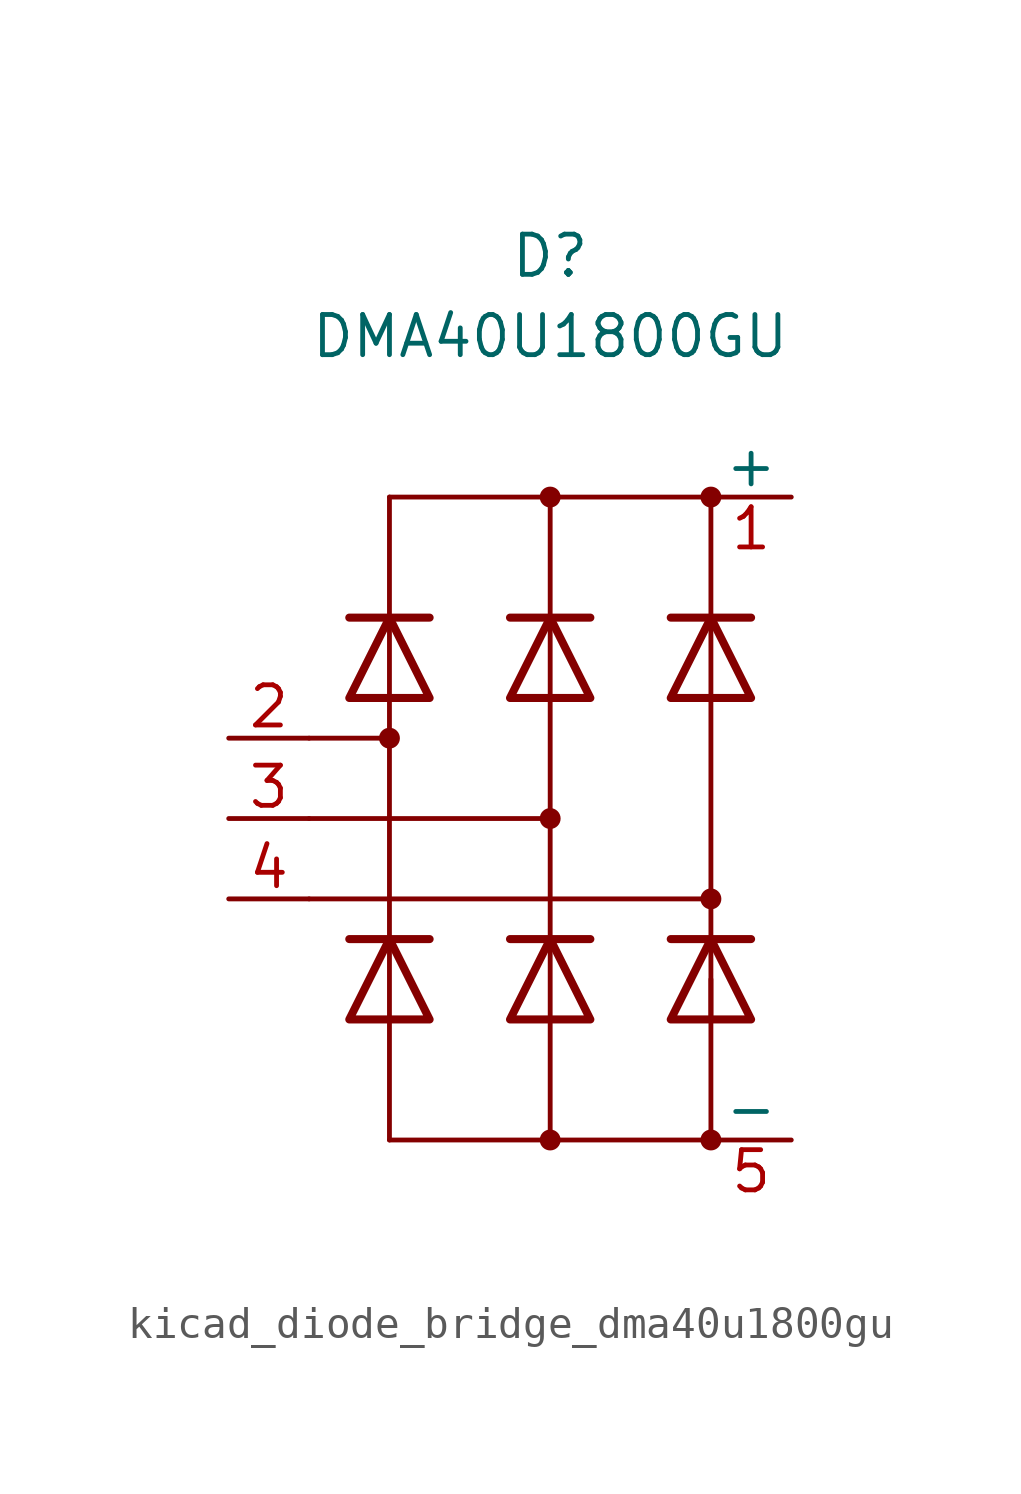
<source format=kicad_sym>
(kicad_symbol_lib
  (version 20220914)
  (generator kicad_symbol_editor)
  (symbol "kicad_diode_bridge_dma40u1800gu"
    (pin_names
      (offset 0))
    (property "Reference" "D"
      (at 0 17.78 0)
      (effects (font (size 1.27 1.27))))
    (property "Value" "DMA40U1800GU"
      (at 0 15.24 0)
      (effects (font (size 1.27 1.27))))
    (symbol "kicad_diode_bridge_dma40u1800gu_0_1"
      (circle (center -5.08 2.54) (radius 0.254) (stroke (width 0) (type default)) (fill (type outline)))
      (circle (center 0 -10.16) (radius 0.254) (stroke (width 0) (type default)) (fill (type outline)))
      (polyline (pts (xy -7.62 -2.54) (xy 5.08 -2.54)) (stroke (width 0) (type default)) (fill (type none)))
      (polyline (pts (xy -7.62 0) (xy 0 0)) (stroke (width 0) (type default)) (fill (type none)))
      (polyline (pts (xy -7.62 2.54) (xy -5.08 2.54)) (stroke (width 0) (type default)) (fill (type none)))
      (polyline (pts (xy -5.08 -10.16) (xy 5.08 -10.16)) (stroke (width 0) (type default)) (fill (type none)))
      (polyline (pts (xy -5.08 -6.35) (xy -5.08 -10.16)) (stroke (width 0) (type default)) (fill (type none)))
      (polyline (pts (xy -5.08 3.81) (xy -5.08 -3.81)) (stroke (width 0) (type default)) (fill (type none)))
      (polyline (pts (xy -5.08 10.16) (xy -5.08 6.35)) (stroke (width 0) (type default)) (fill (type none)))
      (polyline (pts (xy -5.08 10.16) (xy 5.08 10.16)) (stroke (width 0) (type default)) (fill (type none)))
      (polyline (pts (xy 0 -6.35) (xy 0 -10.16)) (stroke (width 0) (type default)) (fill (type none)))
      (polyline (pts (xy 0 3.81) (xy 0 -3.81)) (stroke (width 0) (type default)) (fill (type none)))
      (polyline (pts (xy 0 6.35) (xy 0 10.16)) (stroke (width 0) (type default)) (fill (type none)))
      (polyline (pts (xy 5.08 -10.16) (xy 5.08 -5.08)) (stroke (width 0) (type default)) (fill (type none)))
      (polyline (pts (xy 5.08 3.81) (xy 5.08 -3.81)) (stroke (width 0) (type default)) (fill (type none)))
      (polyline (pts (xy 5.08 10.16) (xy 5.08 6.35)) (stroke (width 0) (type default)) (fill (type none)))
      (circle (center 0 0) (radius 0.254) (stroke (width 0) (type default)) (fill (type outline)))
      (circle (center 0 10.16) (radius 0.254) (stroke (width 0) (type default)) (fill (type outline)))
      (circle (center 5.08 -10.16) (radius 0.254) (stroke (width 0) (type default)) (fill (type outline)))
      (circle (center 5.08 -2.54) (radius 0.254) (stroke (width 0) (type default)) (fill (type outline)))
      (circle (center 5.08 10.16) (radius 0.254) (stroke (width 0) (type default)) (fill (type outline))))
    (symbol "kicad_diode_bridge_dma40u1800gu_1_1"
      (polyline (pts (xy -5.08 -6.35) (xy -5.08 -3.81)) (stroke (width 0) (type default)) (fill (type none)))
      (polyline (pts (xy -5.08 3.81) (xy -5.08 6.35)) (stroke (width 0) (type default)) (fill (type none)))
      (polyline (pts (xy -3.81 -3.81) (xy -6.35 -3.81)) (stroke (width 0.254) (type default)) (fill (type none)))
      (polyline (pts (xy -3.81 6.35) (xy -6.35 6.35)) (stroke (width 0.254) (type default)) (fill (type none)))
      (polyline (pts (xy 0 -6.35) (xy 0 -3.81)) (stroke (width 0) (type default)) (fill (type none)))
      (polyline (pts (xy 0 3.81) (xy 0 6.35)) (stroke (width 0) (type default)) (fill (type none)))
      (polyline (pts (xy 1.27 -3.81) (xy -1.27 -3.81)) (stroke (width 0.254) (type default)) (fill (type none)))
      (polyline (pts (xy 1.27 6.35) (xy -1.27 6.35)) (stroke (width 0.254) (type default)) (fill (type none)))
      (polyline (pts (xy 5.08 -6.35) (xy 5.08 -3.81)) (stroke (width 0) (type default)) (fill (type none)))
      (polyline (pts (xy 5.08 3.81) (xy 5.08 6.35)) (stroke (width 0) (type default)) (fill (type none)))
      (polyline (pts (xy 6.35 -3.81) (xy 3.81 -3.81)) (stroke (width 0.254) (type default)) (fill (type none)))
      (polyline (pts (xy 6.35 6.35) (xy 3.81 6.35)) (stroke (width 0.254) (type default)) (fill (type none)))
      (polyline (pts (xy -3.81 -6.35) (xy -6.35 -6.35) (xy -5.08 -3.81) (xy -3.81 -6.35)) (stroke (width 0.254) (type default)) (fill (type none)))
      (polyline (pts (xy -3.81 3.81) (xy -6.35 3.81) (xy -5.08 6.35) (xy -3.81 3.81)) (stroke (width 0.254) (type default)) (fill (type none)))
      (polyline (pts (xy 1.27 -6.35) (xy -1.27 -6.35) (xy 0 -3.81) (xy 1.27 -6.35)) (stroke (width 0.254) (type default)) (fill (type none)))
      (polyline (pts (xy 1.27 3.81) (xy -1.27 3.81) (xy 0 6.35) (xy 1.27 3.81)) (stroke (width 0.254) (type default)) (fill (type none)))
      (polyline (pts (xy 6.35 -6.35) (xy 3.81 -6.35) (xy 5.08 -3.81) (xy 6.35 -6.35)) (stroke (width 0.254) (type default)) (fill (type none)))
      (polyline (pts (xy 6.35 3.81) (xy 3.81 3.81) (xy 5.08 6.35) (xy 6.35 3.81)) (stroke (width 0.254) (type default)) (fill (type none)))
      (pin passive line (at 7.62 10.16 180) (length 2.54) (name "+" (effects (font (size 1.27 1.27)))) (number "1" (effects (font (size 1.27 1.27)))))
      (pin passive line (at -10.16 2.54 0) (length 2.54) (name "~" (effects (font (size 1.27 1.27)))) (number "2" (effects (font (size 1.27 1.27)))))
      (pin passive line (at -10.16 0 0) (length 2.54) (name "~" (effects (font (size 1.27 1.27)))) (number "3" (effects (font (size 1.27 1.27)))))
      (pin passive line (at -10.16 -2.54 0) (length 2.54) (name "~" (effects (font (size 1.27 1.27)))) (number "4" (effects (font (size 1.27 1.27)))))
      (pin passive line (at 7.62 -10.16 180) (length 2.54) (name "-" (effects (font (size 1.27 1.27)))) (number "5" (effects (font (size 1.27 1.27))))))))
</source>
